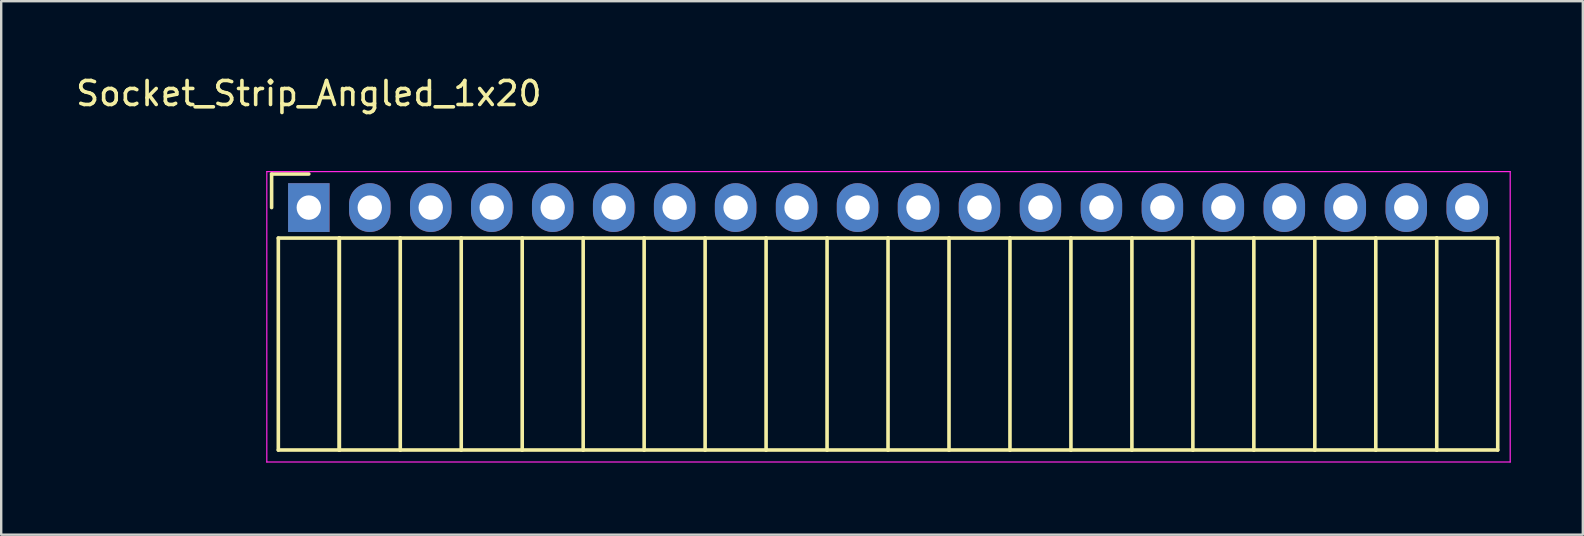
<source format=kicad_pcb>
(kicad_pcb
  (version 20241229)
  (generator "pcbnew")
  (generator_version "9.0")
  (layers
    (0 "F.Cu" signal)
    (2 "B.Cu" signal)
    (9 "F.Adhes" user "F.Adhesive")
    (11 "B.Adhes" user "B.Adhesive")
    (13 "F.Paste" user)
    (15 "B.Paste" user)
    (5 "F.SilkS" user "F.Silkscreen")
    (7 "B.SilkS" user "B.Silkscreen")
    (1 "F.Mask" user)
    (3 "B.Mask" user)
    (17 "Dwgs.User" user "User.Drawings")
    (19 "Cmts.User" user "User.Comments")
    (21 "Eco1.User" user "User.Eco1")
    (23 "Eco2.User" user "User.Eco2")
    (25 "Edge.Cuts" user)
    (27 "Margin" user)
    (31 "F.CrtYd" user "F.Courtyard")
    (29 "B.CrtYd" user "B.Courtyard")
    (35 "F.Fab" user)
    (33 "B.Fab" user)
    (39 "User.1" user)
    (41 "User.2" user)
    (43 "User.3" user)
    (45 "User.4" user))
  (footprint "Socket_Strip_Angled_1x20"
    (layer "F.Cu")
    (at 9.815 5.598)
    (property "Reference" "Socket_Strip_Angled_1x20" (at 0 -4.75 0) (layer "F.SilkS") (effects (font (size 1 1) (thickness 0.15))))
    (attr through_hole)
    (fp_line (start -1.55 -1.4) (end -1.55 0) (stroke (width 0.15) (type solid)) (layer "F.SilkS"))
    (fp_line (start -1.27 1.27) (end -1.27 10.1) (stroke (width 0.15) (type solid)) (layer "F.SilkS"))
    (fp_line (start -1.27 1.27) (end 1.27 1.27) (stroke (width 0.15) (type solid)) (layer "F.SilkS"))
    (fp_line (start -1.27 10.1) (end 1.27 10.1) (stroke (width 0.15) (type solid)) (layer "F.SilkS"))
    (fp_line (start 0 -1.4) (end -1.55 -1.4) (stroke (width 0.15) (type solid)) (layer "F.SilkS"))
    (fp_line (start 1.27 1.27) (end 1.27 10.1) (stroke (width 0.15) (type solid)) (layer "F.SilkS"))
    (fp_line (start 1.27 1.27) (end 3.81 1.27) (stroke (width 0.15) (type solid)) (layer "F.SilkS"))
    (fp_line (start 1.27 10.1) (end 1.27 1.27) (stroke (width 0.15) (type solid)) (layer "F.SilkS"))
    (fp_line (start 1.27 10.1) (end 3.81 10.1) (stroke (width 0.15) (type solid)) (layer "F.SilkS"))
    (fp_line (start 3.81 1.27) (end 6.35 1.27) (stroke (width 0.15) (type solid)) (layer "F.SilkS"))
    (fp_line (start 3.81 10.1) (end 3.81 1.27) (stroke (width 0.15) (type solid)) (layer "F.SilkS"))
    (fp_line (start 3.81 10.1) (end 6.35 10.1) (stroke (width 0.15) (type solid)) (layer "F.SilkS"))
    (fp_line (start 6.35 1.27) (end 8.89 1.27) (stroke (width 0.15) (type solid)) (layer "F.SilkS"))
    (fp_line (start 6.35 10.1) (end 6.35 1.27) (stroke (width 0.15) (type solid)) (layer "F.SilkS"))
    (fp_line (start 6.35 10.1) (end 8.89 10.1) (stroke (width 0.15) (type solid)) (layer "F.SilkS"))
    (fp_line (start 8.89 1.27) (end 11.43 1.27) (stroke (width 0.15) (type solid)) (layer "F.SilkS"))
    (fp_line (start 8.89 10.1) (end 8.89 1.27) (stroke (width 0.15) (type solid)) (layer "F.SilkS"))
    (fp_line (start 8.89 10.1) (end 11.43 10.1) (stroke (width 0.15) (type solid)) (layer "F.SilkS"))
    (fp_line (start 11.43 1.27) (end 13.97 1.27) (stroke (width 0.15) (type solid)) (layer "F.SilkS"))
    (fp_line (start 11.43 10.1) (end 11.43 1.27) (stroke (width 0.15) (type solid)) (layer "F.SilkS"))
    (fp_line (start 11.43 10.1) (end 13.97 10.1) (stroke (width 0.15) (type solid)) (layer "F.SilkS"))
    (fp_line (start 13.97 1.27) (end 16.51 1.27) (stroke (width 0.15) (type solid)) (layer "F.SilkS"))
    (fp_line (start 13.97 10.1) (end 13.97 1.27) (stroke (width 0.15) (type solid)) (layer "F.SilkS"))
    (fp_line (start 13.97 10.1) (end 16.51 10.1) (stroke (width 0.15) (type solid)) (layer "F.SilkS"))
    (fp_line (start 16.51 1.27) (end 19.05 1.27) (stroke (width 0.15) (type solid)) (layer "F.SilkS"))
    (fp_line (start 16.51 10.1) (end 16.51 1.27) (stroke (width 0.15) (type solid)) (layer "F.SilkS"))
    (fp_line (start 16.51 10.1) (end 19.05 10.1) (stroke (width 0.15) (type solid)) (layer "F.SilkS"))
    (fp_line (start 19.05 1.27) (end 21.59 1.27) (stroke (width 0.15) (type solid)) (layer "F.SilkS"))
    (fp_line (start 19.05 10.1) (end 19.05 1.27) (stroke (width 0.15) (type solid)) (layer "F.SilkS"))
    (fp_line (start 19.05 10.1) (end 21.59 10.1) (stroke (width 0.15) (type solid)) (layer "F.SilkS"))
    (fp_line (start 21.59 1.27) (end 24.13 1.27) (stroke (width 0.15) (type solid)) (layer "F.SilkS"))
    (fp_line (start 21.59 10.1) (end 21.59 1.27) (stroke (width 0.15) (type solid)) (layer "F.SilkS"))
    (fp_line (start 21.59 10.1) (end 24.13 10.1) (stroke (width 0.15) (type solid)) (layer "F.SilkS"))
    (fp_line (start 24.13 1.27) (end 26.67 1.27) (stroke (width 0.15) (type solid)) (layer "F.SilkS"))
    (fp_line (start 24.13 10.1) (end 24.13 1.27) (stroke (width 0.15) (type solid)) (layer "F.SilkS"))
    (fp_line (start 24.13 10.1) (end 26.67 10.1) (stroke (width 0.15) (type solid)) (layer "F.SilkS"))
    (fp_line (start 26.67 1.27) (end 29.21 1.27) (stroke (width 0.15) (type solid)) (layer "F.SilkS"))
    (fp_line (start 26.67 10.1) (end 26.67 1.27) (stroke (width 0.15) (type solid)) (layer "F.SilkS"))
    (fp_line (start 26.67 10.1) (end 29.21 10.1) (stroke (width 0.15) (type solid)) (layer "F.SilkS"))
    (fp_line (start 29.21 1.27) (end 31.75 1.27) (stroke (width 0.15) (type solid)) (layer "F.SilkS"))
    (fp_line (start 29.21 10.1) (end 29.21 1.27) (stroke (width 0.15) (type solid)) (layer "F.SilkS"))
    (fp_line (start 29.21 10.1) (end 31.75 10.1) (stroke (width 0.15) (type solid)) (layer "F.SilkS"))
    (fp_line (start 31.75 1.27) (end 34.29 1.27) (stroke (width 0.15) (type solid)) (layer "F.SilkS"))
    (fp_line (start 31.75 10.1) (end 31.75 1.27) (stroke (width 0.15) (type solid)) (layer "F.SilkS"))
    (fp_line (start 31.75 10.1) (end 34.29 10.1) (stroke (width 0.15) (type solid)) (layer "F.SilkS"))
    (fp_line (start 34.29 1.27) (end 36.83 1.27) (stroke (width 0.15) (type solid)) (layer "F.SilkS"))
    (fp_line (start 34.29 10.1) (end 34.29 1.27) (stroke (width 0.15) (type solid)) (layer "F.SilkS"))
    (fp_line (start 34.29 10.1) (end 36.83 10.1) (stroke (width 0.15) (type solid)) (layer "F.SilkS"))
    (fp_line (start 36.83 1.27) (end 39.37 1.27) (stroke (width 0.15) (type solid)) (layer "F.SilkS"))
    (fp_line (start 36.83 10.1) (end 36.83 1.27) (stroke (width 0.15) (type solid)) (layer "F.SilkS"))
    (fp_line (start 36.83 10.1) (end 39.37 10.1) (stroke (width 0.15) (type solid)) (layer "F.SilkS"))
    (fp_line (start 39.37 1.27) (end 41.91 1.27) (stroke (width 0.15) (type solid)) (layer "F.SilkS"))
    (fp_line (start 39.37 10.1) (end 39.37 1.27) (stroke (width 0.15) (type solid)) (layer "F.SilkS"))
    (fp_line (start 39.37 10.1) (end 41.91 10.1) (stroke (width 0.15) (type solid)) (layer "F.SilkS"))
    (fp_line (start 41.91 1.27) (end 44.45 1.27) (stroke (width 0.15) (type solid)) (layer "F.SilkS"))
    (fp_line (start 41.91 10.1) (end 41.91 1.27) (stroke (width 0.15) (type solid)) (layer "F.SilkS"))
    (fp_line (start 41.91 10.1) (end 44.45 10.1) (stroke (width 0.15) (type solid)) (layer "F.SilkS"))
    (fp_line (start 44.45 1.27) (end 46.99 1.27) (stroke (width 0.15) (type solid)) (layer "F.SilkS"))
    (fp_line (start 44.45 10.1) (end 44.45 1.27) (stroke (width 0.15) (type solid)) (layer "F.SilkS"))
    (fp_line (start 44.45 10.1) (end 46.99 10.1) (stroke (width 0.15) (type solid)) (layer "F.SilkS"))
    (fp_line (start 46.99 1.27) (end 49.53 1.27) (stroke (width 0.15) (type solid)) (layer "F.SilkS"))
    (fp_line (start 46.99 10.1) (end 46.99 1.27) (stroke (width 0.15) (type solid)) (layer "F.SilkS"))
    (fp_line (start 46.99 10.1) (end 49.53 10.1) (stroke (width 0.15) (type solid)) (layer "F.SilkS"))
    (fp_line (start 49.53 10.1) (end 49.53 1.27) (stroke (width 0.15) (type solid)) (layer "F.SilkS"))
    (fp_line (start -1.75 -1.5) (end -1.75 10.6) (stroke (width 0.05) (type solid)) (layer "F.CrtYd"))
    (fp_line (start -1.75 -1.5) (end 50.05 -1.5) (stroke (width 0.05) (type solid)) (layer "F.CrtYd"))
    (fp_line (start -1.75 10.6) (end 50.05 10.6) (stroke (width 0.05) (type solid)) (layer "F.CrtYd"))
    (fp_line (start 50.05 -1.5) (end 50.05 10.6) (stroke (width 0.05) (type solid)) (layer "F.CrtYd"))
    (pad "1" thru_hole rect (at 0 0) (size 1.727 2.032) (drill 1.016) (layers "*.Cu" "*.Mask"))
    (pad "2" thru_hole oval (at 2.54 0) (size 1.727 2.032) (drill 1.016) (layers "*.Cu" "*.Mask"))
    (pad "3" thru_hole oval (at 5.08 0) (size 1.727 2.032) (drill 1.016) (layers "*.Cu" "*.Mask"))
    (pad "4" thru_hole oval (at 7.62 0) (size 1.727 2.032) (drill 1.016) (layers "*.Cu" "*.Mask"))
    (pad "5" thru_hole oval (at 10.16 0) (size 1.727 2.032) (drill 1.016) (layers "*.Cu" "*.Mask"))
    (pad "6" thru_hole oval (at 12.7 0) (size 1.727 2.032) (drill 1.016) (layers "*.Cu" "*.Mask"))
    (pad "7" thru_hole oval (at 15.24 0) (size 1.727 2.032) (drill 1.016) (layers "*.Cu" "*.Mask"))
    (pad "8" thru_hole oval (at 17.78 0) (size 1.727 2.032) (drill 1.016) (layers "*.Cu" "*.Mask"))
    (pad "9" thru_hole oval (at 20.32 0) (size 1.727 2.032) (drill 1.016) (layers "*.Cu" "*.Mask"))
    (pad "10" thru_hole oval (at 22.86 0) (size 1.727 2.032) (drill 1.016) (layers "*.Cu" "*.Mask"))
    (pad "11" thru_hole oval (at 25.4 0) (size 1.727 2.032) (drill 1.016) (layers "*.Cu" "*.Mask"))
    (pad "12" thru_hole oval (at 27.94 0) (size 1.727 2.032) (drill 1.016) (layers "*.Cu" "*.Mask"))
    (pad "13" thru_hole oval (at 30.48 0) (size 1.727 2.032) (drill 1.016) (layers "*.Cu" "*.Mask"))
    (pad "14" thru_hole oval (at 33.02 0) (size 1.727 2.032) (drill 1.016) (layers "*.Cu" "*.Mask"))
    (pad "15" thru_hole oval (at 35.56 0) (size 1.727 2.032) (drill 1.016) (layers "*.Cu" "*.Mask"))
    (pad "16" thru_hole oval (at 38.1 0) (size 1.727 2.032) (drill 1.016) (layers "*.Cu" "*.Mask"))
    (pad "17" thru_hole oval (at 40.64 0) (size 1.727 2.032) (drill 1.016) (layers "*.Cu" "*.Mask"))
    (pad "18" thru_hole oval (at 43.18 0) (size 1.727 2.032) (drill 1.016) (layers "*.Cu" "*.Mask"))
    (pad "19" thru_hole oval (at 45.72 0) (size 1.727 2.032) (drill 1.016) (layers "*.Cu" "*.Mask"))
    (pad "20" thru_hole oval (at 48.26 0) (size 1.727 2.032) (drill 1.016) (layers "*.Cu" "*.Mask")))
  (gr_rect
    (start -3 -3)
    (end 62.89 19.223)
    (stroke (width 0.1) (type default))
    (fill no)
    (layer "Edge.Cuts")))
</source>
